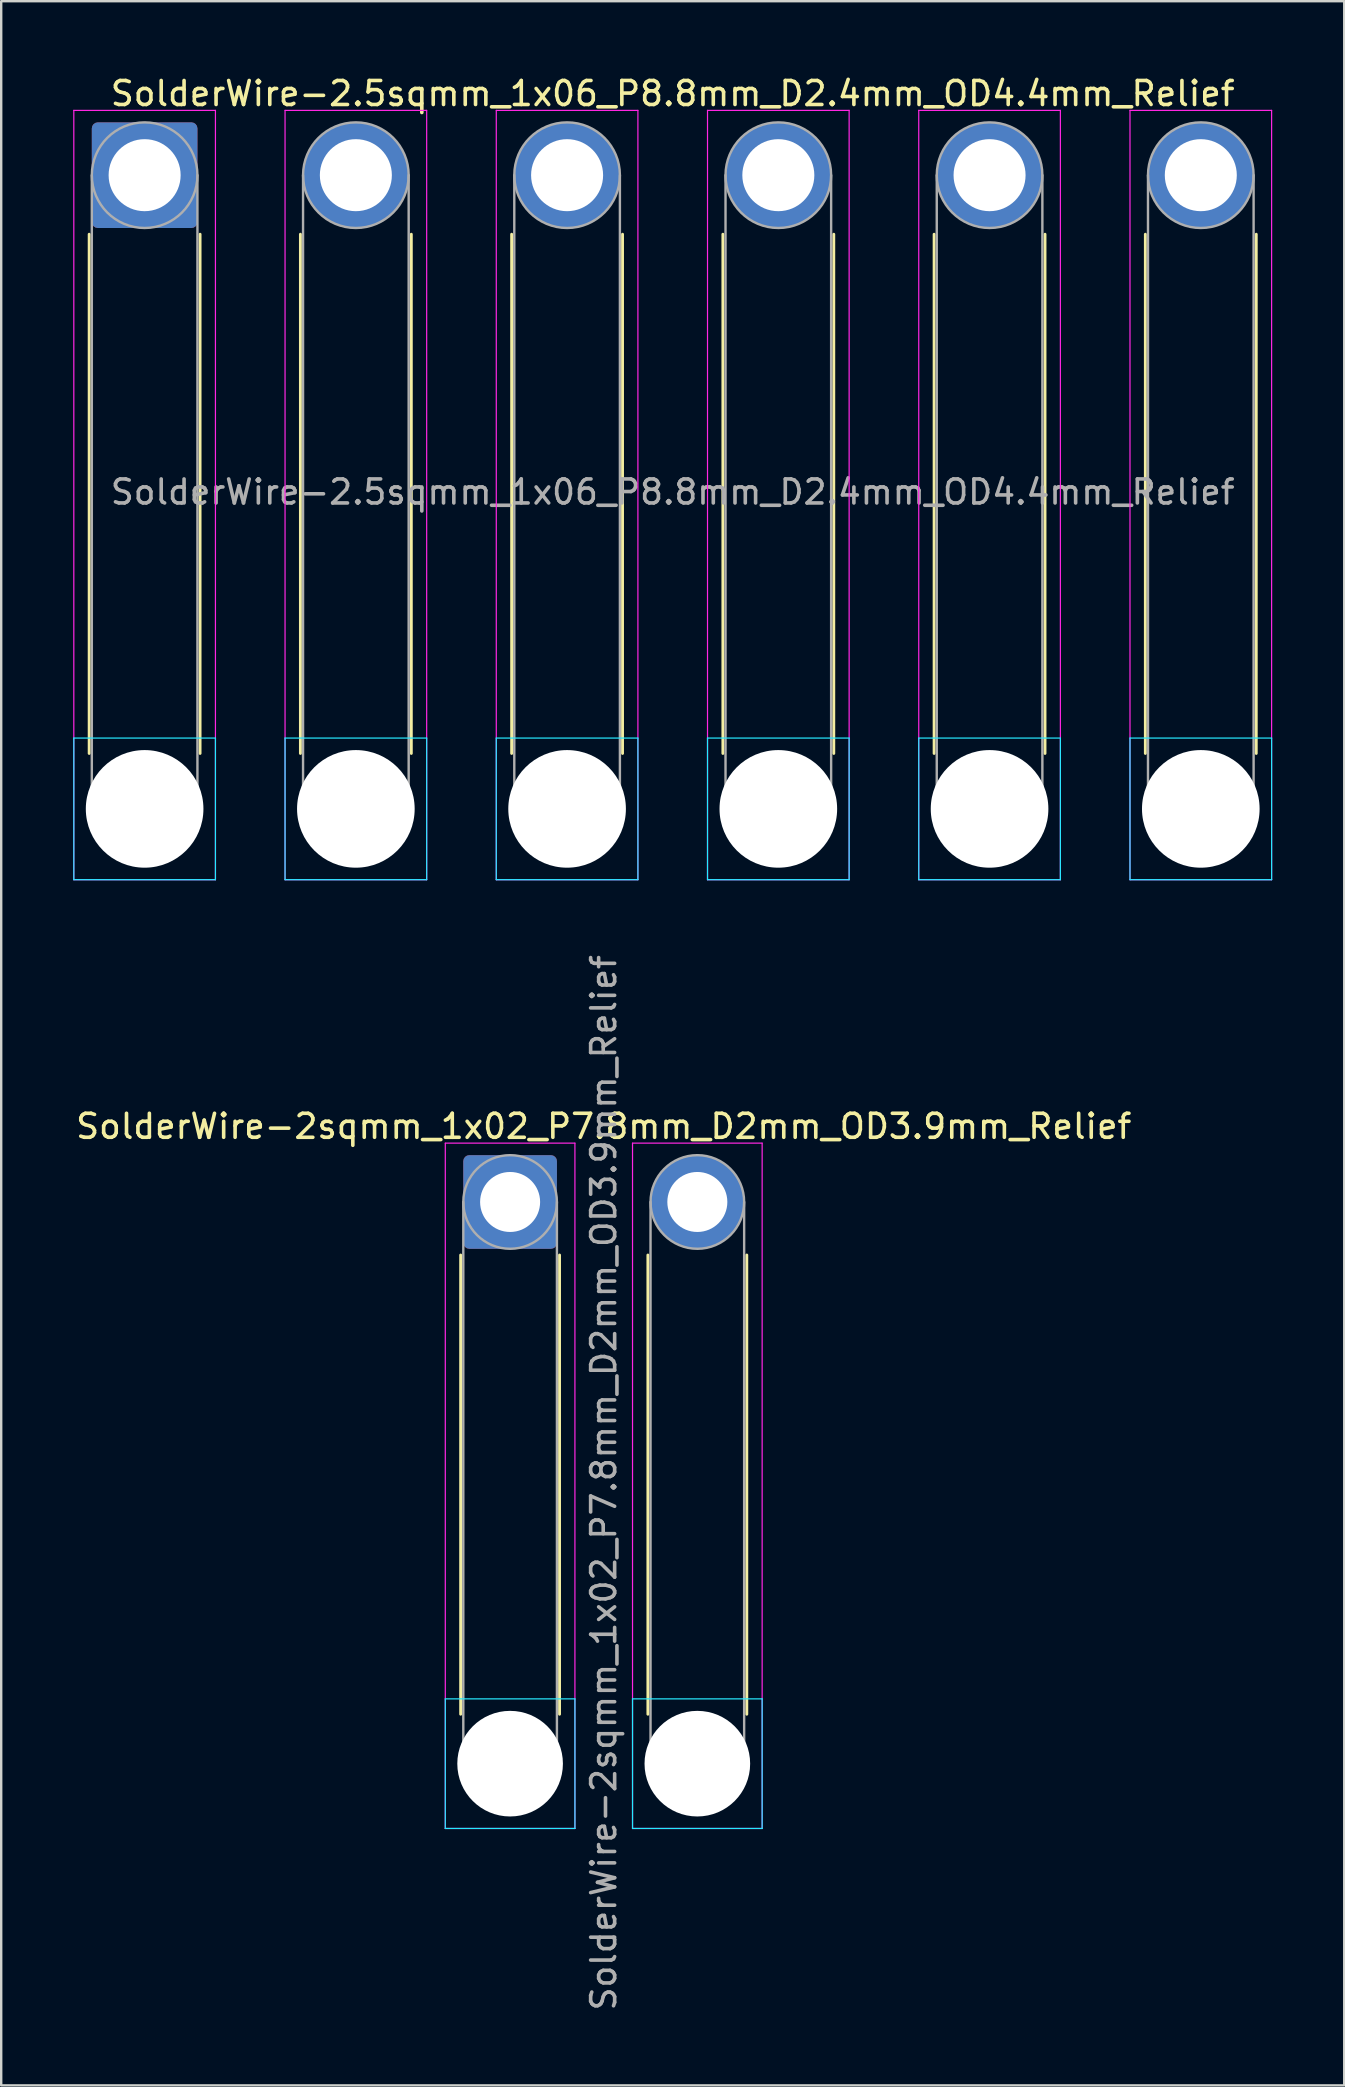
<source format=kicad_pcb>
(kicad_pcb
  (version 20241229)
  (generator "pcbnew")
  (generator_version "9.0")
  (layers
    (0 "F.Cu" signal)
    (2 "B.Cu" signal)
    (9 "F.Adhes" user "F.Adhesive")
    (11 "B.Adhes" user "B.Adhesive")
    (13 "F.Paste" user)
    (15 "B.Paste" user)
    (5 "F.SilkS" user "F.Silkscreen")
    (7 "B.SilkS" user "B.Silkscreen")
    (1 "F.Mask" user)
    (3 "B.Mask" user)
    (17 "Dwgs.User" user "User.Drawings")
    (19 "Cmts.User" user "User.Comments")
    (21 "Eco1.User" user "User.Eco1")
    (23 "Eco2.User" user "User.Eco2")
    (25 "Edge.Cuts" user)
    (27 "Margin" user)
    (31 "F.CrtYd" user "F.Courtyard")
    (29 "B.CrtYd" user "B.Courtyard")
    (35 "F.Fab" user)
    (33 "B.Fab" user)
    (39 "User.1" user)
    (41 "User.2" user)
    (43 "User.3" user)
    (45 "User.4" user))
  (footprint "SolderWire-2.5sqmm_1x06_P8.8mm_D2.4mm_OD4.4mm_Relief"
    (layer "F.Cu")
    (at 2.975 4.248)
    (property "Reference" "SolderWire-2.5sqmm_1x06_P8.8mm_D2.4mm_OD4.4mm_Relief" (at 22 -3.4 0) (layer "F.SilkS") (effects (font (size 1 1) (thickness 0.15))))
    (attr exclude_from_pos_files exclude_from_bom)
    (fp_line (start -2.31 2.46) (end -2.31 24.09) (stroke (width 0.12) (type solid)) (layer "F.SilkS"))
    (fp_line (start 2.31 2.46) (end 2.31 24.09) (stroke (width 0.12) (type solid)) (layer "F.SilkS"))
    (fp_line (start 6.49 2.46) (end 6.49 24.09) (stroke (width 0.12) (type solid)) (layer "F.SilkS"))
    (fp_line (start 11.11 2.46) (end 11.11 24.09) (stroke (width 0.12) (type solid)) (layer "F.SilkS"))
    (fp_line (start 15.29 2.46) (end 15.29 24.09) (stroke (width 0.12) (type solid)) (layer "F.SilkS"))
    (fp_line (start 19.91 2.46) (end 19.91 24.09) (stroke (width 0.12) (type solid)) (layer "F.SilkS"))
    (fp_line (start 24.09 2.46) (end 24.09 24.09) (stroke (width 0.12) (type solid)) (layer "F.SilkS"))
    (fp_line (start 28.71 2.46) (end 28.71 24.09) (stroke (width 0.12) (type solid)) (layer "F.SilkS"))
    (fp_line (start 32.89 2.46) (end 32.89 24.09) (stroke (width 0.12) (type solid)) (layer "F.SilkS"))
    (fp_line (start 37.51 2.46) (end 37.51 24.09) (stroke (width 0.12) (type solid)) (layer "F.SilkS"))
    (fp_line (start 41.69 2.46) (end 41.69 24.09) (stroke (width 0.12) (type solid)) (layer "F.SilkS"))
    (fp_line (start 46.31 2.46) (end 46.31 24.09) (stroke (width 0.12) (type solid)) (layer "F.SilkS"))
    (fp_line (start -2.95 23.45) (end -2.95 29.35) (stroke (width 0.05) (type solid)) (layer "B.CrtYd"))
    (fp_line (start -2.95 29.35) (end 2.95 29.35) (stroke (width 0.05) (type solid)) (layer "B.CrtYd"))
    (fp_line (start 2.95 23.45) (end -2.95 23.45) (stroke (width 0.05) (type solid)) (layer "B.CrtYd"))
    (fp_line (start 2.95 29.35) (end 2.95 23.45) (stroke (width 0.05) (type solid)) (layer "B.CrtYd"))
    (fp_line (start 5.85 23.45) (end 5.85 29.35) (stroke (width 0.05) (type solid)) (layer "B.CrtYd"))
    (fp_line (start 5.85 29.35) (end 11.75 29.35) (stroke (width 0.05) (type solid)) (layer "B.CrtYd"))
    (fp_line (start 11.75 23.45) (end 5.85 23.45) (stroke (width 0.05) (type solid)) (layer "B.CrtYd"))
    (fp_line (start 11.75 29.35) (end 11.75 23.45) (stroke (width 0.05) (type solid)) (layer "B.CrtYd"))
    (fp_line (start 14.65 23.45) (end 14.65 29.35) (stroke (width 0.05) (type solid)) (layer "B.CrtYd"))
    (fp_line (start 14.65 29.35) (end 20.55 29.35) (stroke (width 0.05) (type solid)) (layer "B.CrtYd"))
    (fp_line (start 20.55 23.45) (end 14.65 23.45) (stroke (width 0.05) (type solid)) (layer "B.CrtYd"))
    (fp_line (start 20.55 29.35) (end 20.55 23.45) (stroke (width 0.05) (type solid)) (layer "B.CrtYd"))
    (fp_line (start 23.45 23.45) (end 23.45 29.35) (stroke (width 0.05) (type solid)) (layer "B.CrtYd"))
    (fp_line (start 23.45 29.35) (end 29.35 29.35) (stroke (width 0.05) (type solid)) (layer "B.CrtYd"))
    (fp_line (start 29.35 23.45) (end 23.45 23.45) (stroke (width 0.05) (type solid)) (layer "B.CrtYd"))
    (fp_line (start 29.35 29.35) (end 29.35 23.45) (stroke (width 0.05) (type solid)) (layer "B.CrtYd"))
    (fp_line (start 32.25 23.45) (end 32.25 29.35) (stroke (width 0.05) (type solid)) (layer "B.CrtYd"))
    (fp_line (start 32.25 29.35) (end 38.15 29.35) (stroke (width 0.05) (type solid)) (layer "B.CrtYd"))
    (fp_line (start 38.15 23.45) (end 32.25 23.45) (stroke (width 0.05) (type solid)) (layer "B.CrtYd"))
    (fp_line (start 38.15 29.35) (end 38.15 23.45) (stroke (width 0.05) (type solid)) (layer "B.CrtYd"))
    (fp_line (start 41.05 23.45) (end 41.05 29.35) (stroke (width 0.05) (type solid)) (layer "B.CrtYd"))
    (fp_line (start 41.05 29.35) (end 46.95 29.35) (stroke (width 0.05) (type solid)) (layer "B.CrtYd"))
    (fp_line (start 46.95 23.45) (end 41.05 23.45) (stroke (width 0.05) (type solid)) (layer "B.CrtYd"))
    (fp_line (start 46.95 29.35) (end 46.95 23.45) (stroke (width 0.05) (type solid)) (layer "B.CrtYd"))
    (fp_line (start -2.95 -2.7) (end -2.95 29.35) (stroke (width 0.05) (type solid)) (layer "F.CrtYd"))
    (fp_line (start -2.95 29.35) (end 2.95 29.35) (stroke (width 0.05) (type solid)) (layer "F.CrtYd"))
    (fp_line (start 2.95 -2.7) (end -2.95 -2.7) (stroke (width 0.05) (type solid)) (layer "F.CrtYd"))
    (fp_line (start 2.95 29.35) (end 2.95 -2.7) (stroke (width 0.05) (type solid)) (layer "F.CrtYd"))
    (fp_line (start 5.85 -2.7) (end 5.85 29.35) (stroke (width 0.05) (type solid)) (layer "F.CrtYd"))
    (fp_line (start 5.85 29.35) (end 11.75 29.35) (stroke (width 0.05) (type solid)) (layer "F.CrtYd"))
    (fp_line (start 11.75 -2.7) (end 5.85 -2.7) (stroke (width 0.05) (type solid)) (layer "F.CrtYd"))
    (fp_line (start 11.75 29.35) (end 11.75 -2.7) (stroke (width 0.05) (type solid)) (layer "F.CrtYd"))
    (fp_line (start 14.65 -2.7) (end 14.65 29.35) (stroke (width 0.05) (type solid)) (layer "F.CrtYd"))
    (fp_line (start 14.65 29.35) (end 20.55 29.35) (stroke (width 0.05) (type solid)) (layer "F.CrtYd"))
    (fp_line (start 20.55 -2.7) (end 14.65 -2.7) (stroke (width 0.05) (type solid)) (layer "F.CrtYd"))
    (fp_line (start 20.55 29.35) (end 20.55 -2.7) (stroke (width 0.05) (type solid)) (layer "F.CrtYd"))
    (fp_line (start 23.45 -2.7) (end 23.45 29.35) (stroke (width 0.05) (type solid)) (layer "F.CrtYd"))
    (fp_line (start 23.45 29.35) (end 29.35 29.35) (stroke (width 0.05) (type solid)) (layer "F.CrtYd"))
    (fp_line (start 29.35 -2.7) (end 23.45 -2.7) (stroke (width 0.05) (type solid)) (layer "F.CrtYd"))
    (fp_line (start 29.35 29.35) (end 29.35 -2.7) (stroke (width 0.05) (type solid)) (layer "F.CrtYd"))
    (fp_line (start 32.25 -2.7) (end 32.25 29.35) (stroke (width 0.05) (type solid)) (layer "F.CrtYd"))
    (fp_line (start 32.25 29.35) (end 38.15 29.35) (stroke (width 0.05) (type solid)) (layer "F.CrtYd"))
    (fp_line (start 38.15 -2.7) (end 32.25 -2.7) (stroke (width 0.05) (type solid)) (layer "F.CrtYd"))
    (fp_line (start 38.15 29.35) (end 38.15 -2.7) (stroke (width 0.05) (type solid)) (layer "F.CrtYd"))
    (fp_line (start 41.05 -2.7) (end 41.05 29.35) (stroke (width 0.05) (type solid)) (layer "F.CrtYd"))
    (fp_line (start 41.05 29.35) (end 46.95 29.35) (stroke (width 0.05) (type solid)) (layer "F.CrtYd"))
    (fp_line (start 46.95 -2.7) (end 41.05 -2.7) (stroke (width 0.05) (type solid)) (layer "F.CrtYd"))
    (fp_line (start 46.95 29.35) (end 46.95 -2.7) (stroke (width 0.05) (type solid)) (layer "F.CrtYd"))
    (fp_line (start -2.2 0) (end -2.2 26.4) (stroke (width 0.1) (type solid)) (layer "F.Fab"))
    (fp_line (start 2.2 0) (end 2.2 26.4) (stroke (width 0.1) (type solid)) (layer "F.Fab"))
    (fp_line (start 6.6 0) (end 6.6 26.4) (stroke (width 0.1) (type solid)) (layer "F.Fab"))
    (fp_line (start 11 0) (end 11 26.4) (stroke (width 0.1) (type solid)) (layer "F.Fab"))
    (fp_line (start 15.4 0) (end 15.4 26.4) (stroke (width 0.1) (type solid)) (layer "F.Fab"))
    (fp_line (start 19.8 0) (end 19.8 26.4) (stroke (width 0.1) (type solid)) (layer "F.Fab"))
    (fp_line (start 24.2 0) (end 24.2 26.4) (stroke (width 0.1) (type solid)) (layer "F.Fab"))
    (fp_line (start 28.6 0) (end 28.6 26.4) (stroke (width 0.1) (type solid)) (layer "F.Fab"))
    (fp_line (start 33 0) (end 33 26.4) (stroke (width 0.1) (type solid)) (layer "F.Fab"))
    (fp_line (start 37.4 0) (end 37.4 26.4) (stroke (width 0.1) (type solid)) (layer "F.Fab"))
    (fp_line (start 41.8 0) (end 41.8 26.4) (stroke (width 0.1) (type solid)) (layer "F.Fab"))
    (fp_line (start 46.2 0) (end 46.2 26.4) (stroke (width 0.1) (type solid)) (layer "F.Fab"))
    (fp_circle (center 0 0) (end 2.2 0) (stroke (width 0.1) (type solid)) (fill no) (layer "F.Fab"))
    (fp_circle (center 0 26.4) (end 2.2 26.4) (stroke (width 0.1) (type solid)) (fill no) (layer "F.Fab"))
    (fp_circle (center 8.8 0) (end 11 0) (stroke (width 0.1) (type solid)) (fill no) (layer "F.Fab"))
    (fp_circle (center 8.8 26.4) (end 11 26.4) (stroke (width 0.1) (type solid)) (fill no) (layer "F.Fab"))
    (fp_circle (center 17.6 0) (end 19.8 0) (stroke (width 0.1) (type solid)) (fill no) (layer "F.Fab"))
    (fp_circle (center 17.6 26.4) (end 19.8 26.4) (stroke (width 0.1) (type solid)) (fill no) (layer "F.Fab"))
    (fp_circle (center 26.4 0) (end 28.6 0) (stroke (width 0.1) (type solid)) (fill no) (layer "F.Fab"))
    (fp_circle (center 26.4 26.4) (end 28.6 26.4) (stroke (width 0.1) (type solid)) (fill no) (layer "F.Fab"))
    (fp_circle (center 35.2 0) (end 37.4 0) (stroke (width 0.1) (type solid)) (fill no) (layer "F.Fab"))
    (fp_circle (center 35.2 26.4) (end 37.4 26.4) (stroke (width 0.1) (type solid)) (fill no) (layer "F.Fab"))
    (fp_circle (center 44 0) (end 46.2 0) (stroke (width 0.1) (type solid)) (fill no) (layer "F.Fab"))
    (fp_circle (center 44 26.4) (end 46.2 26.4) (stroke (width 0.1) (type solid)) (fill no) (layer "F.Fab"))
    (fp_text user "${REFERENCE}" (at 22 13.2 0) (layer "F.Fab") (effects (font (size 1 1) (thickness 0.15))))
    (pad "" np_thru_hole circle (at 0 26.4) (size 4.9 4.9) (drill 4.9) (layers "*.Cu" "*.Mask"))
    (pad "" np_thru_hole circle (at 8.8 26.4) (size 4.9 4.9) (drill 4.9) (layers "*.Cu" "*.Mask"))
    (pad "" np_thru_hole circle (at 17.6 26.4) (size 4.9 4.9) (drill 4.9) (layers "*.Cu" "*.Mask"))
    (pad "" np_thru_hole circle (at 26.4 26.4) (size 4.9 4.9) (drill 4.9) (layers "*.Cu" "*.Mask"))
    (pad "" np_thru_hole circle (at 35.2 26.4) (size 4.9 4.9) (drill 4.9) (layers "*.Cu" "*.Mask"))
    (pad "" np_thru_hole circle (at 44 26.4) (size 4.9 4.9) (drill 4.9) (layers "*.Cu" "*.Mask"))
    (pad "1" thru_hole roundrect (at 0 0) (size 4.4 4.4) (drill 3) (layers "*.Cu" "*.Mask") (roundrect_rratio 0.057))
    (pad "2" thru_hole circle (at 8.8 0) (size 4.4 4.4) (drill 3) (layers "*.Cu" "*.Mask"))
    (pad "3" thru_hole circle (at 17.6 0) (size 4.4 4.4) (drill 3) (layers "*.Cu" "*.Mask"))
    (pad "4" thru_hole circle (at 26.4 0) (size 4.4 4.4) (drill 3) (layers "*.Cu" "*.Mask"))
    (pad "5" thru_hole circle (at 35.2 0) (size 4.4 4.4) (drill 3) (layers "*.Cu" "*.Mask"))
    (pad "6" thru_hole circle (at 44 0) (size 4.4 4.4) (drill 3) (layers "*.Cu" "*.Mask")))
  (footprint "SolderWire-2sqmm_1x02_P7.8mm_D2mm_OD3.9mm_Relief"
    (layer "F.Cu")
    (at 18.201 47.024)
    (property "Reference" "SolderWire-2sqmm_1x02_P7.8mm_D2mm_OD3.9mm_Relief" (at 3.9 -3.15 0) (layer "F.SilkS") (effects (font (size 1 1) (thickness 0.15))))
    (attr exclude_from_pos_files exclude_from_bom)
    (fp_line (start -2.06 2.21) (end -2.06 21.34) (stroke (width 0.12) (type solid)) (layer "F.SilkS"))
    (fp_line (start 2.06 2.21) (end 2.06 21.34) (stroke (width 0.12) (type solid)) (layer "F.SilkS"))
    (fp_line (start 5.74 2.21) (end 5.74 21.34) (stroke (width 0.12) (type solid)) (layer "F.SilkS"))
    (fp_line (start 9.86 2.21) (end 9.86 21.34) (stroke (width 0.12) (type solid)) (layer "F.SilkS"))
    (fp_line (start -2.7 20.7) (end -2.7 26.1) (stroke (width 0.05) (type solid)) (layer "B.CrtYd"))
    (fp_line (start -2.7 26.1) (end 2.7 26.1) (stroke (width 0.05) (type solid)) (layer "B.CrtYd"))
    (fp_line (start 2.7 20.7) (end -2.7 20.7) (stroke (width 0.05) (type solid)) (layer "B.CrtYd"))
    (fp_line (start 2.7 26.1) (end 2.7 20.7) (stroke (width 0.05) (type solid)) (layer "B.CrtYd"))
    (fp_line (start 5.1 20.7) (end 5.1 26.1) (stroke (width 0.05) (type solid)) (layer "B.CrtYd"))
    (fp_line (start 5.1 26.1) (end 10.5 26.1) (stroke (width 0.05) (type solid)) (layer "B.CrtYd"))
    (fp_line (start 10.5 20.7) (end 5.1 20.7) (stroke (width 0.05) (type solid)) (layer "B.CrtYd"))
    (fp_line (start 10.5 26.1) (end 10.5 20.7) (stroke (width 0.05) (type solid)) (layer "B.CrtYd"))
    (fp_line (start -2.7 -2.45) (end -2.7 26.1) (stroke (width 0.05) (type solid)) (layer "F.CrtYd"))
    (fp_line (start -2.7 26.1) (end 2.7 26.1) (stroke (width 0.05) (type solid)) (layer "F.CrtYd"))
    (fp_line (start 2.7 -2.45) (end -2.7 -2.45) (stroke (width 0.05) (type solid)) (layer "F.CrtYd"))
    (fp_line (start 2.7 26.1) (end 2.7 -2.45) (stroke (width 0.05) (type solid)) (layer "F.CrtYd"))
    (fp_line (start 5.1 -2.45) (end 5.1 26.1) (stroke (width 0.05) (type solid)) (layer "F.CrtYd"))
    (fp_line (start 5.1 26.1) (end 10.5 26.1) (stroke (width 0.05) (type solid)) (layer "F.CrtYd"))
    (fp_line (start 10.5 -2.45) (end 5.1 -2.45) (stroke (width 0.05) (type solid)) (layer "F.CrtYd"))
    (fp_line (start 10.5 26.1) (end 10.5 -2.45) (stroke (width 0.05) (type solid)) (layer "F.CrtYd"))
    (fp_line (start -1.95 0) (end -1.95 23.4) (stroke (width 0.1) (type solid)) (layer "F.Fab"))
    (fp_line (start 1.95 0) (end 1.95 23.4) (stroke (width 0.1) (type solid)) (layer "F.Fab"))
    (fp_line (start 5.85 0) (end 5.85 23.4) (stroke (width 0.1) (type solid)) (layer "F.Fab"))
    (fp_line (start 9.75 0) (end 9.75 23.4) (stroke (width 0.1) (type solid)) (layer "F.Fab"))
    (fp_circle (center 0 0) (end 1.95 0) (stroke (width 0.1) (type solid)) (fill no) (layer "F.Fab"))
    (fp_circle (center 0 23.4) (end 1.95 23.4) (stroke (width 0.1) (type solid)) (fill no) (layer "F.Fab"))
    (fp_circle (center 7.8 0) (end 9.75 0) (stroke (width 0.1) (type solid)) (fill no) (layer "F.Fab"))
    (fp_circle (center 7.8 23.4) (end 9.75 23.4) (stroke (width 0.1) (type solid)) (fill no) (layer "F.Fab"))
    (fp_text user "${REFERENCE}" (at 3.9 11.7 90) (layer "F.Fab") (effects (font (size 1 1) (thickness 0.15))))
    (pad "" np_thru_hole circle (at 0 23.4) (size 4.4 4.4) (drill 4.4) (layers "*.Cu" "*.Mask"))
    (pad "" np_thru_hole circle (at 7.8 23.4) (size 4.4 4.4) (drill 4.4) (layers "*.Cu" "*.Mask"))
    (pad "1" thru_hole roundrect (at 0 0) (size 3.9 3.9) (drill 2.5) (layers "*.Cu" "*.Mask") (roundrect_rratio 0.064))
    (pad "2" thru_hole circle (at 7.8 0) (size 3.9 3.9) (drill 2.5) (layers "*.Cu" "*.Mask")))
  (gr_rect
    (start -3 -3)
    (end 52.95 83.826)
    (stroke (width 0.1) (type default))
    (fill no)
    (layer "Edge.Cuts")))
</source>
